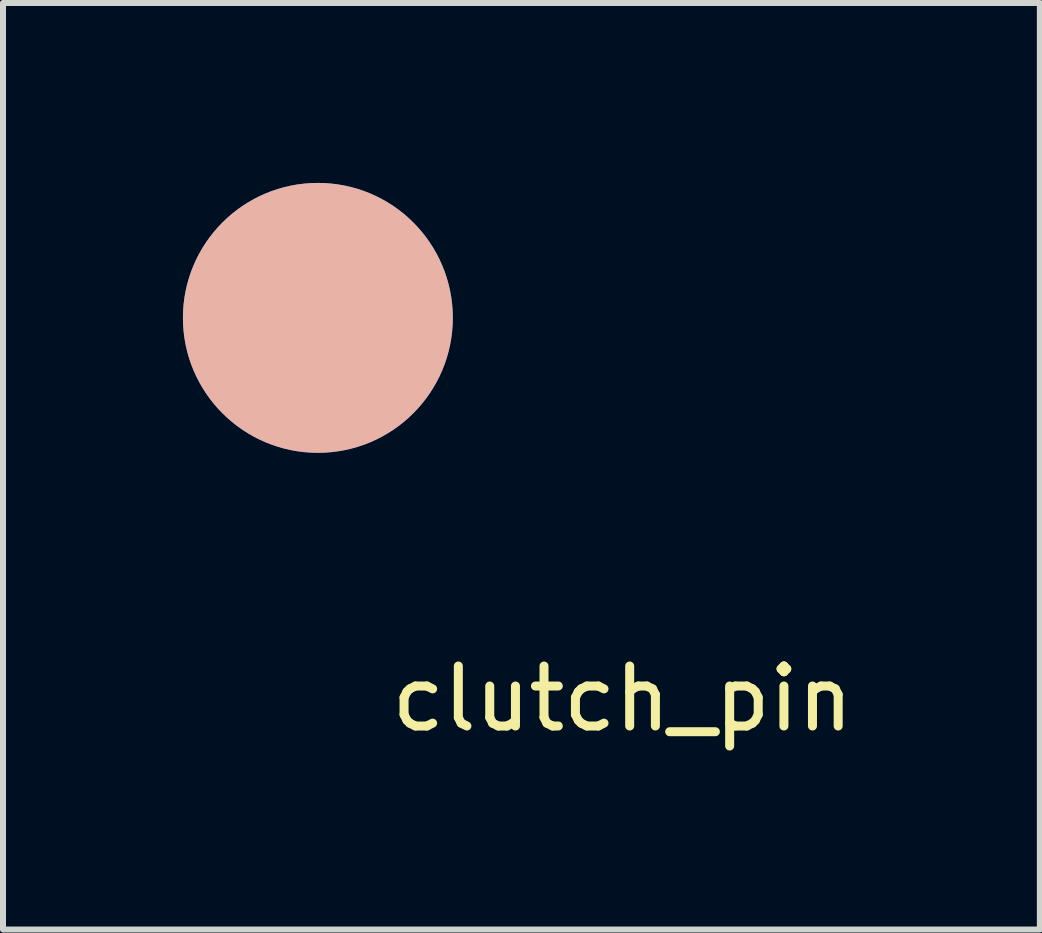
<source format=kicad_pcb>
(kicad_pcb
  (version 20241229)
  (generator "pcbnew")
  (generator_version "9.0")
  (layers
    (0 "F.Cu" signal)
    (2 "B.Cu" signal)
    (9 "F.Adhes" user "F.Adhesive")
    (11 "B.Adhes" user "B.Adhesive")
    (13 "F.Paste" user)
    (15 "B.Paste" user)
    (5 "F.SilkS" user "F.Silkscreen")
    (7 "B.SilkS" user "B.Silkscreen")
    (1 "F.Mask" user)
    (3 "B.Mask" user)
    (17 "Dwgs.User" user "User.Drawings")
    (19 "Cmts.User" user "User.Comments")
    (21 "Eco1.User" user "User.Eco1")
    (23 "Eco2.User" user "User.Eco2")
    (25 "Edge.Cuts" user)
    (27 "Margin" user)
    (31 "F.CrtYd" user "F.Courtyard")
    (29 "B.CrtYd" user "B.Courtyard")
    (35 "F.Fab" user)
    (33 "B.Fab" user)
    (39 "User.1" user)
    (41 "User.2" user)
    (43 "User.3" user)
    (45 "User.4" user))
  (footprint "clutch_pin"
    (layer "F.Cu")
    (at 2.25 2.25)
    (property "Reference" "clutch_pin" (at 5.08 6.35 0) (layer "F.SilkS") (effects (font (size 1 1) (thickness 0.15))))
    (attr through_hole)
    (pad "1" smd circle (at 0 0 90) (size 4.5 4.5) (layers "B.Cu" "B.Mask" "B.SilkS" "B.Paste")))
  (gr_rect
    (start -3 -3)
    (end 14.288 12.448)
    (stroke (width 0.1) (type default))
    (fill no)
    (layer "Edge.Cuts")))
</source>
